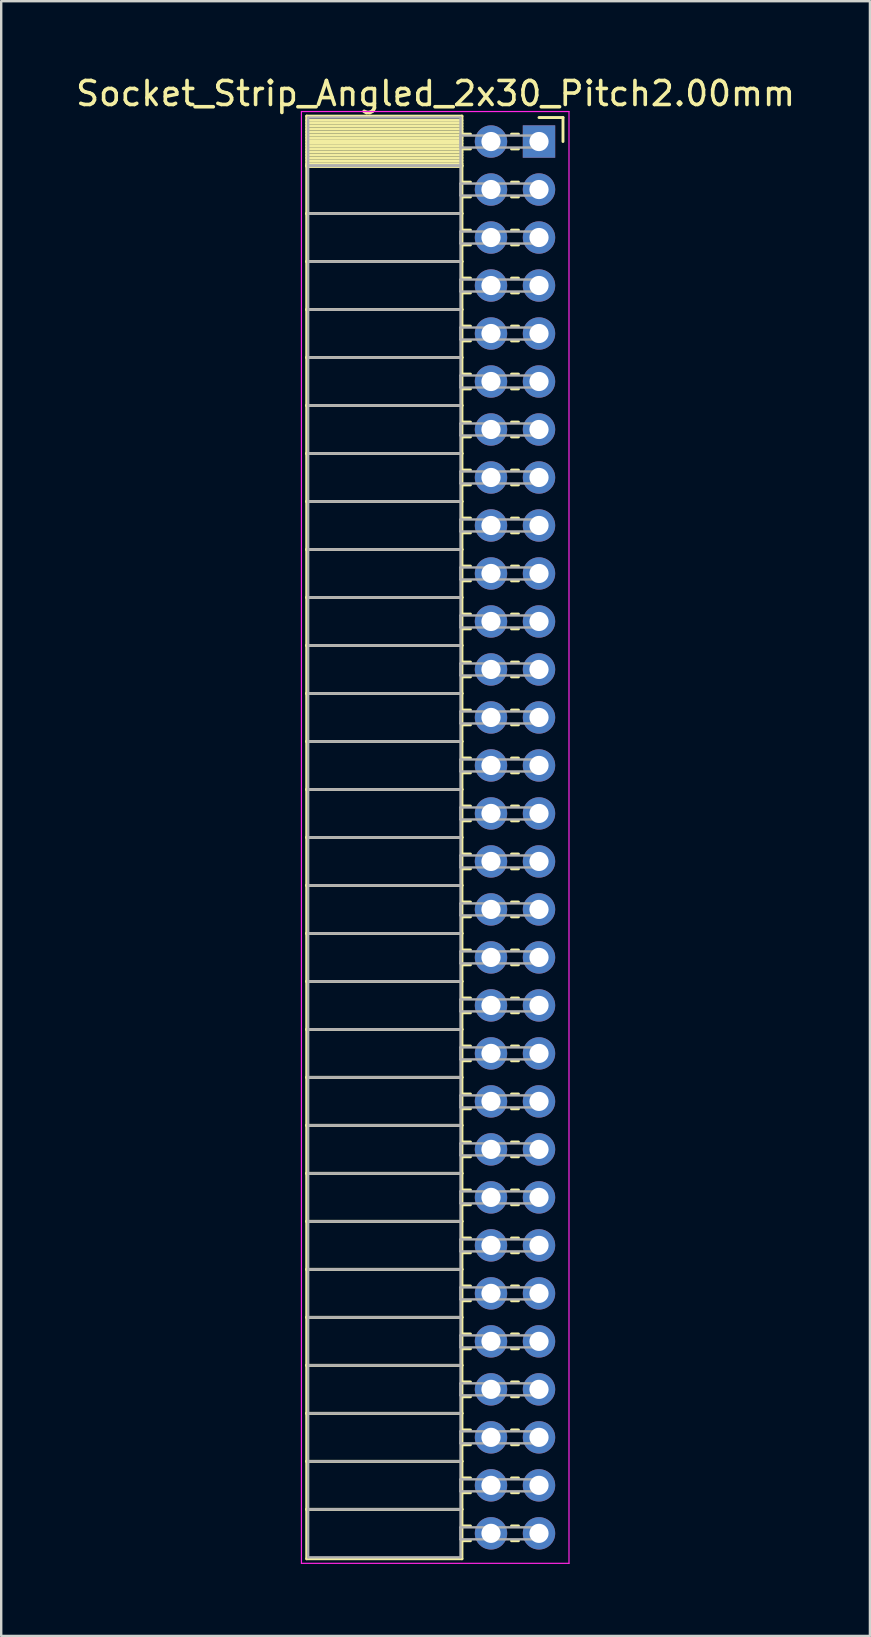
<source format=kicad_pcb>
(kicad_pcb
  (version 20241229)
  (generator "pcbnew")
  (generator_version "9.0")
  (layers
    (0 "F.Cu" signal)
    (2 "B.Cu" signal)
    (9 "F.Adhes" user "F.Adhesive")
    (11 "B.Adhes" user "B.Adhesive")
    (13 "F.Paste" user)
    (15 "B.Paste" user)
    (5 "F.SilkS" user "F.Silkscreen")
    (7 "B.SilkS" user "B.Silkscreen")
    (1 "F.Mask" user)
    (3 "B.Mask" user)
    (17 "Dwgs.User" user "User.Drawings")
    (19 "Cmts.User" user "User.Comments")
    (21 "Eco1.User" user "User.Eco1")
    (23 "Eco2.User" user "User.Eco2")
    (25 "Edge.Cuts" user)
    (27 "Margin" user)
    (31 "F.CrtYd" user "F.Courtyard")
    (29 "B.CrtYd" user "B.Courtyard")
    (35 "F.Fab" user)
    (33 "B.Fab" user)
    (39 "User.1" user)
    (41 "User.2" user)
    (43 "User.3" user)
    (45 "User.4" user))
  (footprint "Socket_Strip_Angled_2x30_Pitch2.00mm"
    (layer "F.Cu")
    (at 19.411 2.848)
    (property "Reference" "Socket_Strip_Angled_2x30_Pitch2.00mm" (at -4.31 -2 0) (layer "F.SilkS") (effects (font (size 1 1) (thickness 0.15))))
    (attr through_hole)
    (fp_line (start -9.68 -1.06) (end -3.21 -1.06) (stroke (width 0.12) (type solid)) (layer "F.SilkS"))
    (fp_line (start -9.68 1) (end -9.68 -1.06) (stroke (width 0.12) (type solid)) (layer "F.SilkS"))
    (fp_line (start -9.68 1) (end -3.21 1) (stroke (width 0.12) (type solid)) (layer "F.SilkS"))
    (fp_line (start -9.68 3) (end -9.68 1) (stroke (width 0.12) (type solid)) (layer "F.SilkS"))
    (fp_line (start -9.68 3) (end -3.21 3) (stroke (width 0.12) (type solid)) (layer "F.SilkS"))
    (fp_line (start -9.68 5) (end -9.68 3) (stroke (width 0.12) (type solid)) (layer "F.SilkS"))
    (fp_line (start -9.68 5) (end -3.21 5) (stroke (width 0.12) (type solid)) (layer "F.SilkS"))
    (fp_line (start -9.68 7) (end -9.68 5) (stroke (width 0.12) (type solid)) (layer "F.SilkS"))
    (fp_line (start -9.68 7) (end -3.21 7) (stroke (width 0.12) (type solid)) (layer "F.SilkS"))
    (fp_line (start -9.68 9) (end -9.68 7) (stroke (width 0.12) (type solid)) (layer "F.SilkS"))
    (fp_line (start -9.68 9) (end -3.21 9) (stroke (width 0.12) (type solid)) (layer "F.SilkS"))
    (fp_line (start -9.68 11) (end -9.68 9) (stroke (width 0.12) (type solid)) (layer "F.SilkS"))
    (fp_line (start -9.68 11) (end -3.21 11) (stroke (width 0.12) (type solid)) (layer "F.SilkS"))
    (fp_line (start -9.68 13) (end -9.68 11) (stroke (width 0.12) (type solid)) (layer "F.SilkS"))
    (fp_line (start -9.68 13) (end -3.21 13) (stroke (width 0.12) (type solid)) (layer "F.SilkS"))
    (fp_line (start -9.68 15) (end -9.68 13) (stroke (width 0.12) (type solid)) (layer "F.SilkS"))
    (fp_line (start -9.68 15) (end -3.21 15) (stroke (width 0.12) (type solid)) (layer "F.SilkS"))
    (fp_line (start -9.68 17) (end -9.68 15) (stroke (width 0.12) (type solid)) (layer "F.SilkS"))
    (fp_line (start -9.68 17) (end -3.21 17) (stroke (width 0.12) (type solid)) (layer "F.SilkS"))
    (fp_line (start -9.68 19) (end -9.68 17) (stroke (width 0.12) (type solid)) (layer "F.SilkS"))
    (fp_line (start -9.68 19) (end -3.21 19) (stroke (width 0.12) (type solid)) (layer "F.SilkS"))
    (fp_line (start -9.68 21) (end -9.68 19) (stroke (width 0.12) (type solid)) (layer "F.SilkS"))
    (fp_line (start -9.68 21) (end -3.21 21) (stroke (width 0.12) (type solid)) (layer "F.SilkS"))
    (fp_line (start -9.68 23) (end -9.68 21) (stroke (width 0.12) (type solid)) (layer "F.SilkS"))
    (fp_line (start -9.68 23) (end -3.21 23) (stroke (width 0.12) (type solid)) (layer "F.SilkS"))
    (fp_line (start -9.68 25) (end -9.68 23) (stroke (width 0.12) (type solid)) (layer "F.SilkS"))
    (fp_line (start -9.68 25) (end -3.21 25) (stroke (width 0.12) (type solid)) (layer "F.SilkS"))
    (fp_line (start -9.68 27) (end -9.68 25) (stroke (width 0.12) (type solid)) (layer "F.SilkS"))
    (fp_line (start -9.68 27) (end -3.21 27) (stroke (width 0.12) (type solid)) (layer "F.SilkS"))
    (fp_line (start -9.68 29) (end -9.68 27) (stroke (width 0.12) (type solid)) (layer "F.SilkS"))
    (fp_line (start -9.68 29) (end -3.21 29) (stroke (width 0.12) (type solid)) (layer "F.SilkS"))
    (fp_line (start -9.68 31) (end -9.68 29) (stroke (width 0.12) (type solid)) (layer "F.SilkS"))
    (fp_line (start -9.68 31) (end -3.21 31) (stroke (width 0.12) (type solid)) (layer "F.SilkS"))
    (fp_line (start -9.68 33) (end -9.68 31) (stroke (width 0.12) (type solid)) (layer "F.SilkS"))
    (fp_line (start -9.68 33) (end -3.21 33) (stroke (width 0.12) (type solid)) (layer "F.SilkS"))
    (fp_line (start -9.68 35) (end -9.68 33) (stroke (width 0.12) (type solid)) (layer "F.SilkS"))
    (fp_line (start -9.68 35) (end -3.21 35) (stroke (width 0.12) (type solid)) (layer "F.SilkS"))
    (fp_line (start -9.68 37) (end -9.68 35) (stroke (width 0.12) (type solid)) (layer "F.SilkS"))
    (fp_line (start -9.68 37) (end -3.21 37) (stroke (width 0.12) (type solid)) (layer "F.SilkS"))
    (fp_line (start -9.68 39) (end -9.68 37) (stroke (width 0.12) (type solid)) (layer "F.SilkS"))
    (fp_line (start -9.68 39) (end -3.21 39) (stroke (width 0.12) (type solid)) (layer "F.SilkS"))
    (fp_line (start -9.68 41) (end -9.68 39) (stroke (width 0.12) (type solid)) (layer "F.SilkS"))
    (fp_line (start -9.68 41) (end -3.21 41) (stroke (width 0.12) (type solid)) (layer "F.SilkS"))
    (fp_line (start -9.68 43) (end -9.68 41) (stroke (width 0.12) (type solid)) (layer "F.SilkS"))
    (fp_line (start -9.68 43) (end -3.21 43) (stroke (width 0.12) (type solid)) (layer "F.SilkS"))
    (fp_line (start -9.68 45) (end -9.68 43) (stroke (width 0.12) (type solid)) (layer "F.SilkS"))
    (fp_line (start -9.68 45) (end -3.21 45) (stroke (width 0.12) (type solid)) (layer "F.SilkS"))
    (fp_line (start -9.68 47) (end -9.68 45) (stroke (width 0.12) (type solid)) (layer "F.SilkS"))
    (fp_line (start -9.68 47) (end -3.21 47) (stroke (width 0.12) (type solid)) (layer "F.SilkS"))
    (fp_line (start -9.68 49) (end -9.68 47) (stroke (width 0.12) (type solid)) (layer "F.SilkS"))
    (fp_line (start -9.68 49) (end -3.21 49) (stroke (width 0.12) (type solid)) (layer "F.SilkS"))
    (fp_line (start -9.68 51) (end -9.68 49) (stroke (width 0.12) (type solid)) (layer "F.SilkS"))
    (fp_line (start -9.68 51) (end -3.21 51) (stroke (width 0.12) (type solid)) (layer "F.SilkS"))
    (fp_line (start -9.68 53) (end -9.68 51) (stroke (width 0.12) (type solid)) (layer "F.SilkS"))
    (fp_line (start -9.68 53) (end -3.21 53) (stroke (width 0.12) (type solid)) (layer "F.SilkS"))
    (fp_line (start -9.68 55) (end -9.68 53) (stroke (width 0.12) (type solid)) (layer "F.SilkS"))
    (fp_line (start -9.68 55) (end -3.21 55) (stroke (width 0.12) (type solid)) (layer "F.SilkS"))
    (fp_line (start -9.68 57) (end -9.68 55) (stroke (width 0.12) (type solid)) (layer "F.SilkS"))
    (fp_line (start -9.68 57) (end -3.21 57) (stroke (width 0.12) (type solid)) (layer "F.SilkS"))
    (fp_line (start -9.68 59.06) (end -9.68 57) (stroke (width 0.12) (type solid)) (layer "F.SilkS"))
    (fp_line (start -3.21 -1.06) (end -3.21 1) (stroke (width 0.12) (type solid)) (layer "F.SilkS"))
    (fp_line (start -3.21 -0.88) (end -9.68 -0.88) (stroke (width 0.12) (type solid)) (layer "F.SilkS"))
    (fp_line (start -3.21 -0.76) (end -9.68 -0.76) (stroke (width 0.12) (type solid)) (layer "F.SilkS"))
    (fp_line (start -3.21 -0.64) (end -9.68 -0.64) (stroke (width 0.12) (type solid)) (layer "F.SilkS"))
    (fp_line (start -3.21 -0.52) (end -9.68 -0.52) (stroke (width 0.12) (type solid)) (layer "F.SilkS"))
    (fp_line (start -3.21 -0.4) (end -9.68 -0.4) (stroke (width 0.12) (type solid)) (layer "F.SilkS"))
    (fp_line (start -3.21 -0.28) (end -9.68 -0.28) (stroke (width 0.12) (type solid)) (layer "F.SilkS"))
    (fp_line (start -3.21 -0.16) (end -9.68 -0.16) (stroke (width 0.12) (type solid)) (layer "F.SilkS"))
    (fp_line (start -3.21 -0.04) (end -9.68 -0.04) (stroke (width 0.12) (type solid)) (layer "F.SilkS"))
    (fp_line (start -3.21 0.08) (end -9.68 0.08) (stroke (width 0.12) (type solid)) (layer "F.SilkS"))
    (fp_line (start -3.21 0.2) (end -9.68 0.2) (stroke (width 0.12) (type solid)) (layer "F.SilkS"))
    (fp_line (start -3.21 0.32) (end -9.68 0.32) (stroke (width 0.12) (type solid)) (layer "F.SilkS"))
    (fp_line (start -3.21 0.44) (end -9.68 0.44) (stroke (width 0.12) (type solid)) (layer "F.SilkS"))
    (fp_line (start -3.21 0.56) (end -9.68 0.56) (stroke (width 0.12) (type solid)) (layer "F.SilkS"))
    (fp_line (start -3.21 0.68) (end -9.68 0.68) (stroke (width 0.12) (type solid)) (layer "F.SilkS"))
    (fp_line (start -3.21 0.8) (end -9.68 0.8) (stroke (width 0.12) (type solid)) (layer "F.SilkS"))
    (fp_line (start -3.21 0.92) (end -9.68 0.92) (stroke (width 0.12) (type solid)) (layer "F.SilkS"))
    (fp_line (start -3.21 1) (end -9.68 1) (stroke (width 0.12) (type solid)) (layer "F.SilkS"))
    (fp_line (start -3.21 1) (end -3.21 3) (stroke (width 0.12) (type solid)) (layer "F.SilkS"))
    (fp_line (start -3.21 1.04) (end -9.68 1.04) (stroke (width 0.12) (type solid)) (layer "F.SilkS"))
    (fp_line (start -3.21 3) (end -9.68 3) (stroke (width 0.12) (type solid)) (layer "F.SilkS"))
    (fp_line (start -3.21 3) (end -3.21 5) (stroke (width 0.12) (type solid)) (layer "F.SilkS"))
    (fp_line (start -3.21 5) (end -9.68 5) (stroke (width 0.12) (type solid)) (layer "F.SilkS"))
    (fp_line (start -3.21 5) (end -3.21 7) (stroke (width 0.12) (type solid)) (layer "F.SilkS"))
    (fp_line (start -3.21 7) (end -9.68 7) (stroke (width 0.12) (type solid)) (layer "F.SilkS"))
    (fp_line (start -3.21 7) (end -3.21 9) (stroke (width 0.12) (type solid)) (layer "F.SilkS"))
    (fp_line (start -3.21 9) (end -9.68 9) (stroke (width 0.12) (type solid)) (layer "F.SilkS"))
    (fp_line (start -3.21 9) (end -3.21 11) (stroke (width 0.12) (type solid)) (layer "F.SilkS"))
    (fp_line (start -3.21 11) (end -9.68 11) (stroke (width 0.12) (type solid)) (layer "F.SilkS"))
    (fp_line (start -3.21 11) (end -3.21 13) (stroke (width 0.12) (type solid)) (layer "F.SilkS"))
    (fp_line (start -3.21 13) (end -9.68 13) (stroke (width 0.12) (type solid)) (layer "F.SilkS"))
    (fp_line (start -3.21 13) (end -3.21 15) (stroke (width 0.12) (type solid)) (layer "F.SilkS"))
    (fp_line (start -3.21 15) (end -9.68 15) (stroke (width 0.12) (type solid)) (layer "F.SilkS"))
    (fp_line (start -3.21 15) (end -3.21 17) (stroke (width 0.12) (type solid)) (layer "F.SilkS"))
    (fp_line (start -3.21 17) (end -9.68 17) (stroke (width 0.12) (type solid)) (layer "F.SilkS"))
    (fp_line (start -3.21 17) (end -3.21 19) (stroke (width 0.12) (type solid)) (layer "F.SilkS"))
    (fp_line (start -3.21 19) (end -9.68 19) (stroke (width 0.12) (type solid)) (layer "F.SilkS"))
    (fp_line (start -3.21 19) (end -3.21 21) (stroke (width 0.12) (type solid)) (layer "F.SilkS"))
    (fp_line (start -3.21 21) (end -9.68 21) (stroke (width 0.12) (type solid)) (layer "F.SilkS"))
    (fp_line (start -3.21 21) (end -3.21 23) (stroke (width 0.12) (type solid)) (layer "F.SilkS"))
    (fp_line (start -3.21 23) (end -9.68 23) (stroke (width 0.12) (type solid)) (layer "F.SilkS"))
    (fp_line (start -3.21 23) (end -3.21 25) (stroke (width 0.12) (type solid)) (layer "F.SilkS"))
    (fp_line (start -3.21 25) (end -9.68 25) (stroke (width 0.12) (type solid)) (layer "F.SilkS"))
    (fp_line (start -3.21 25) (end -3.21 27) (stroke (width 0.12) (type solid)) (layer "F.SilkS"))
    (fp_line (start -3.21 27) (end -9.68 27) (stroke (width 0.12) (type solid)) (layer "F.SilkS"))
    (fp_line (start -3.21 27) (end -3.21 29) (stroke (width 0.12) (type solid)) (layer "F.SilkS"))
    (fp_line (start -3.21 29) (end -9.68 29) (stroke (width 0.12) (type solid)) (layer "F.SilkS"))
    (fp_line (start -3.21 29) (end -3.21 31) (stroke (width 0.12) (type solid)) (layer "F.SilkS"))
    (fp_line (start -3.21 31) (end -9.68 31) (stroke (width 0.12) (type solid)) (layer "F.SilkS"))
    (fp_line (start -3.21 31) (end -3.21 33) (stroke (width 0.12) (type solid)) (layer "F.SilkS"))
    (fp_line (start -3.21 33) (end -9.68 33) (stroke (width 0.12) (type solid)) (layer "F.SilkS"))
    (fp_line (start -3.21 33) (end -3.21 35) (stroke (width 0.12) (type solid)) (layer "F.SilkS"))
    (fp_line (start -3.21 35) (end -9.68 35) (stroke (width 0.12) (type solid)) (layer "F.SilkS"))
    (fp_line (start -3.21 35) (end -3.21 37) (stroke (width 0.12) (type solid)) (layer "F.SilkS"))
    (fp_line (start -3.21 37) (end -9.68 37) (stroke (width 0.12) (type solid)) (layer "F.SilkS"))
    (fp_line (start -3.21 37) (end -3.21 39) (stroke (width 0.12) (type solid)) (layer "F.SilkS"))
    (fp_line (start -3.21 39) (end -9.68 39) (stroke (width 0.12) (type solid)) (layer "F.SilkS"))
    (fp_line (start -3.21 39) (end -3.21 41) (stroke (width 0.12) (type solid)) (layer "F.SilkS"))
    (fp_line (start -3.21 41) (end -9.68 41) (stroke (width 0.12) (type solid)) (layer "F.SilkS"))
    (fp_line (start -3.21 41) (end -3.21 43) (stroke (width 0.12) (type solid)) (layer "F.SilkS"))
    (fp_line (start -3.21 43) (end -9.68 43) (stroke (width 0.12) (type solid)) (layer "F.SilkS"))
    (fp_line (start -3.21 43) (end -3.21 45) (stroke (width 0.12) (type solid)) (layer "F.SilkS"))
    (fp_line (start -3.21 45) (end -9.68 45) (stroke (width 0.12) (type solid)) (layer "F.SilkS"))
    (fp_line (start -3.21 45) (end -3.21 47) (stroke (width 0.12) (type solid)) (layer "F.SilkS"))
    (fp_line (start -3.21 47) (end -9.68 47) (stroke (width 0.12) (type solid)) (layer "F.SilkS"))
    (fp_line (start -3.21 47) (end -3.21 49) (stroke (width 0.12) (type solid)) (layer "F.SilkS"))
    (fp_line (start -3.21 49) (end -9.68 49) (stroke (width 0.12) (type solid)) (layer "F.SilkS"))
    (fp_line (start -3.21 49) (end -3.21 51) (stroke (width 0.12) (type solid)) (layer "F.SilkS"))
    (fp_line (start -3.21 51) (end -9.68 51) (stroke (width 0.12) (type solid)) (layer "F.SilkS"))
    (fp_line (start -3.21 51) (end -3.21 53) (stroke (width 0.12) (type solid)) (layer "F.SilkS"))
    (fp_line (start -3.21 53) (end -9.68 53) (stroke (width 0.12) (type solid)) (layer "F.SilkS"))
    (fp_line (start -3.21 53) (end -3.21 55) (stroke (width 0.12) (type solid)) (layer "F.SilkS"))
    (fp_line (start -3.21 55) (end -9.68 55) (stroke (width 0.12) (type solid)) (layer "F.SilkS"))
    (fp_line (start -3.21 55) (end -3.21 57) (stroke (width 0.12) (type solid)) (layer "F.SilkS"))
    (fp_line (start -3.21 57) (end -9.68 57) (stroke (width 0.12) (type solid)) (layer "F.SilkS"))
    (fp_line (start -3.21 57) (end -3.21 59.06) (stroke (width 0.12) (type solid)) (layer "F.SilkS"))
    (fp_line (start -3.21 59.06) (end -9.68 59.06) (stroke (width 0.12) (type solid)) (layer "F.SilkS"))
    (fp_line (start -2.855 -0.31) (end -3.21 -0.31) (stroke (width 0.12) (type solid)) (layer "F.SilkS"))
    (fp_line (start -2.855 0.31) (end -3.21 0.31) (stroke (width 0.12) (type solid)) (layer "F.SilkS"))
    (fp_line (start -2.855 1.69) (end -3.21 1.69) (stroke (width 0.12) (type solid)) (layer "F.SilkS"))
    (fp_line (start -2.855 2.31) (end -3.21 2.31) (stroke (width 0.12) (type solid)) (layer "F.SilkS"))
    (fp_line (start -2.855 3.69) (end -3.21 3.69) (stroke (width 0.12) (type solid)) (layer "F.SilkS"))
    (fp_line (start -2.855 4.31) (end -3.21 4.31) (stroke (width 0.12) (type solid)) (layer "F.SilkS"))
    (fp_line (start -2.855 5.69) (end -3.21 5.69) (stroke (width 0.12) (type solid)) (layer "F.SilkS"))
    (fp_line (start -2.855 6.31) (end -3.21 6.31) (stroke (width 0.12) (type solid)) (layer "F.SilkS"))
    (fp_line (start -2.855 7.69) (end -3.21 7.69) (stroke (width 0.12) (type solid)) (layer "F.SilkS"))
    (fp_line (start -2.855 8.31) (end -3.21 8.31) (stroke (width 0.12) (type solid)) (layer "F.SilkS"))
    (fp_line (start -2.855 9.69) (end -3.21 9.69) (stroke (width 0.12) (type solid)) (layer "F.SilkS"))
    (fp_line (start -2.855 10.31) (end -3.21 10.31) (stroke (width 0.12) (type solid)) (layer "F.SilkS"))
    (fp_line (start -2.855 11.69) (end -3.21 11.69) (stroke (width 0.12) (type solid)) (layer "F.SilkS"))
    (fp_line (start -2.855 12.31) (end -3.21 12.31) (stroke (width 0.12) (type solid)) (layer "F.SilkS"))
    (fp_line (start -2.855 13.69) (end -3.21 13.69) (stroke (width 0.12) (type solid)) (layer "F.SilkS"))
    (fp_line (start -2.855 14.31) (end -3.21 14.31) (stroke (width 0.12) (type solid)) (layer "F.SilkS"))
    (fp_line (start -2.855 15.69) (end -3.21 15.69) (stroke (width 0.12) (type solid)) (layer "F.SilkS"))
    (fp_line (start -2.855 16.31) (end -3.21 16.31) (stroke (width 0.12) (type solid)) (layer "F.SilkS"))
    (fp_line (start -2.855 17.69) (end -3.21 17.69) (stroke (width 0.12) (type solid)) (layer "F.SilkS"))
    (fp_line (start -2.855 18.31) (end -3.21 18.31) (stroke (width 0.12) (type solid)) (layer "F.SilkS"))
    (fp_line (start -2.855 19.69) (end -3.21 19.69) (stroke (width 0.12) (type solid)) (layer "F.SilkS"))
    (fp_line (start -2.855 20.31) (end -3.21 20.31) (stroke (width 0.12) (type solid)) (layer "F.SilkS"))
    (fp_line (start -2.855 21.69) (end -3.21 21.69) (stroke (width 0.12) (type solid)) (layer "F.SilkS"))
    (fp_line (start -2.855 22.31) (end -3.21 22.31) (stroke (width 0.12) (type solid)) (layer "F.SilkS"))
    (fp_line (start -2.855 23.69) (end -3.21 23.69) (stroke (width 0.12) (type solid)) (layer "F.SilkS"))
    (fp_line (start -2.855 24.31) (end -3.21 24.31) (stroke (width 0.12) (type solid)) (layer "F.SilkS"))
    (fp_line (start -2.855 25.69) (end -3.21 25.69) (stroke (width 0.12) (type solid)) (layer "F.SilkS"))
    (fp_line (start -2.855 26.31) (end -3.21 26.31) (stroke (width 0.12) (type solid)) (layer "F.SilkS"))
    (fp_line (start -2.855 27.69) (end -3.21 27.69) (stroke (width 0.12) (type solid)) (layer "F.SilkS"))
    (fp_line (start -2.855 28.31) (end -3.21 28.31) (stroke (width 0.12) (type solid)) (layer "F.SilkS"))
    (fp_line (start -2.855 29.69) (end -3.21 29.69) (stroke (width 0.12) (type solid)) (layer "F.SilkS"))
    (fp_line (start -2.855 30.31) (end -3.21 30.31) (stroke (width 0.12) (type solid)) (layer "F.SilkS"))
    (fp_line (start -2.855 31.69) (end -3.21 31.69) (stroke (width 0.12) (type solid)) (layer "F.SilkS"))
    (fp_line (start -2.855 32.31) (end -3.21 32.31) (stroke (width 0.12) (type solid)) (layer "F.SilkS"))
    (fp_line (start -2.855 33.69) (end -3.21 33.69) (stroke (width 0.12) (type solid)) (layer "F.SilkS"))
    (fp_line (start -2.855 34.31) (end -3.21 34.31) (stroke (width 0.12) (type solid)) (layer "F.SilkS"))
    (fp_line (start -2.855 35.69) (end -3.21 35.69) (stroke (width 0.12) (type solid)) (layer "F.SilkS"))
    (fp_line (start -2.855 36.31) (end -3.21 36.31) (stroke (width 0.12) (type solid)) (layer "F.SilkS"))
    (fp_line (start -2.855 37.69) (end -3.21 37.69) (stroke (width 0.12) (type solid)) (layer "F.SilkS"))
    (fp_line (start -2.855 38.31) (end -3.21 38.31) (stroke (width 0.12) (type solid)) (layer "F.SilkS"))
    (fp_line (start -2.855 39.69) (end -3.21 39.69) (stroke (width 0.12) (type solid)) (layer "F.SilkS"))
    (fp_line (start -2.855 40.31) (end -3.21 40.31) (stroke (width 0.12) (type solid)) (layer "F.SilkS"))
    (fp_line (start -2.855 41.69) (end -3.21 41.69) (stroke (width 0.12) (type solid)) (layer "F.SilkS"))
    (fp_line (start -2.855 42.31) (end -3.21 42.31) (stroke (width 0.12) (type solid)) (layer "F.SilkS"))
    (fp_line (start -2.855 43.69) (end -3.21 43.69) (stroke (width 0.12) (type solid)) (layer "F.SilkS"))
    (fp_line (start -2.855 44.31) (end -3.21 44.31) (stroke (width 0.12) (type solid)) (layer "F.SilkS"))
    (fp_line (start -2.855 45.69) (end -3.21 45.69) (stroke (width 0.12) (type solid)) (layer "F.SilkS"))
    (fp_line (start -2.855 46.31) (end -3.21 46.31) (stroke (width 0.12) (type solid)) (layer "F.SilkS"))
    (fp_line (start -2.855 47.69) (end -3.21 47.69) (stroke (width 0.12) (type solid)) (layer "F.SilkS"))
    (fp_line (start -2.855 48.31) (end -3.21 48.31) (stroke (width 0.12) (type solid)) (layer "F.SilkS"))
    (fp_line (start -2.855 49.69) (end -3.21 49.69) (stroke (width 0.12) (type solid)) (layer "F.SilkS"))
    (fp_line (start -2.855 50.31) (end -3.21 50.31) (stroke (width 0.12) (type solid)) (layer "F.SilkS"))
    (fp_line (start -2.855 51.69) (end -3.21 51.69) (stroke (width 0.12) (type solid)) (layer "F.SilkS"))
    (fp_line (start -2.855 52.31) (end -3.21 52.31) (stroke (width 0.12) (type solid)) (layer "F.SilkS"))
    (fp_line (start -2.855 53.69) (end -3.21 53.69) (stroke (width 0.12) (type solid)) (layer "F.SilkS"))
    (fp_line (start -2.855 54.31) (end -3.21 54.31) (stroke (width 0.12) (type solid)) (layer "F.SilkS"))
    (fp_line (start -2.855 55.69) (end -3.21 55.69) (stroke (width 0.12) (type solid)) (layer "F.SilkS"))
    (fp_line (start -2.855 56.31) (end -3.21 56.31) (stroke (width 0.12) (type solid)) (layer "F.SilkS"))
    (fp_line (start -2.855 57.69) (end -3.21 57.69) (stroke (width 0.12) (type solid)) (layer "F.SilkS"))
    (fp_line (start -2.855 58.31) (end -3.21 58.31) (stroke (width 0.12) (type solid)) (layer "F.SilkS"))
    (fp_line (start -0.855 -0.31) (end -1.145 -0.31) (stroke (width 0.12) (type solid)) (layer "F.SilkS"))
    (fp_line (start -0.855 0.31) (end -1.145 0.31) (stroke (width 0.12) (type solid)) (layer "F.SilkS"))
    (fp_line (start -0.855 1.69) (end -1.145 1.69) (stroke (width 0.12) (type solid)) (layer "F.SilkS"))
    (fp_line (start -0.855 2.31) (end -1.145 2.31) (stroke (width 0.12) (type solid)) (layer "F.SilkS"))
    (fp_line (start -0.855 3.69) (end -1.145 3.69) (stroke (width 0.12) (type solid)) (layer "F.SilkS"))
    (fp_line (start -0.855 4.31) (end -1.145 4.31) (stroke (width 0.12) (type solid)) (layer "F.SilkS"))
    (fp_line (start -0.855 5.69) (end -1.145 5.69) (stroke (width 0.12) (type solid)) (layer "F.SilkS"))
    (fp_line (start -0.855 6.31) (end -1.145 6.31) (stroke (width 0.12) (type solid)) (layer "F.SilkS"))
    (fp_line (start -0.855 7.69) (end -1.145 7.69) (stroke (width 0.12) (type solid)) (layer "F.SilkS"))
    (fp_line (start -0.855 8.31) (end -1.145 8.31) (stroke (width 0.12) (type solid)) (layer "F.SilkS"))
    (fp_line (start -0.855 9.69) (end -1.145 9.69) (stroke (width 0.12) (type solid)) (layer "F.SilkS"))
    (fp_line (start -0.855 10.31) (end -1.145 10.31) (stroke (width 0.12) (type solid)) (layer "F.SilkS"))
    (fp_line (start -0.855 11.69) (end -1.145 11.69) (stroke (width 0.12) (type solid)) (layer "F.SilkS"))
    (fp_line (start -0.855 12.31) (end -1.145 12.31) (stroke (width 0.12) (type solid)) (layer "F.SilkS"))
    (fp_line (start -0.855 13.69) (end -1.145 13.69) (stroke (width 0.12) (type solid)) (layer "F.SilkS"))
    (fp_line (start -0.855 14.31) (end -1.145 14.31) (stroke (width 0.12) (type solid)) (layer "F.SilkS"))
    (fp_line (start -0.855 15.69) (end -1.145 15.69) (stroke (width 0.12) (type solid)) (layer "F.SilkS"))
    (fp_line (start -0.855 16.31) (end -1.145 16.31) (stroke (width 0.12) (type solid)) (layer "F.SilkS"))
    (fp_line (start -0.855 17.69) (end -1.145 17.69) (stroke (width 0.12) (type solid)) (layer "F.SilkS"))
    (fp_line (start -0.855 18.31) (end -1.145 18.31) (stroke (width 0.12) (type solid)) (layer "F.SilkS"))
    (fp_line (start -0.855 19.69) (end -1.145 19.69) (stroke (width 0.12) (type solid)) (layer "F.SilkS"))
    (fp_line (start -0.855 20.31) (end -1.145 20.31) (stroke (width 0.12) (type solid)) (layer "F.SilkS"))
    (fp_line (start -0.855 21.69) (end -1.145 21.69) (stroke (width 0.12) (type solid)) (layer "F.SilkS"))
    (fp_line (start -0.855 22.31) (end -1.145 22.31) (stroke (width 0.12) (type solid)) (layer "F.SilkS"))
    (fp_line (start -0.855 23.69) (end -1.145 23.69) (stroke (width 0.12) (type solid)) (layer "F.SilkS"))
    (fp_line (start -0.855 24.31) (end -1.145 24.31) (stroke (width 0.12) (type solid)) (layer "F.SilkS"))
    (fp_line (start -0.855 25.69) (end -1.145 25.69) (stroke (width 0.12) (type solid)) (layer "F.SilkS"))
    (fp_line (start -0.855 26.31) (end -1.145 26.31) (stroke (width 0.12) (type solid)) (layer "F.SilkS"))
    (fp_line (start -0.855 27.69) (end -1.145 27.69) (stroke (width 0.12) (type solid)) (layer "F.SilkS"))
    (fp_line (start -0.855 28.31) (end -1.145 28.31) (stroke (width 0.12) (type solid)) (layer "F.SilkS"))
    (fp_line (start -0.855 29.69) (end -1.145 29.69) (stroke (width 0.12) (type solid)) (layer "F.SilkS"))
    (fp_line (start -0.855 30.31) (end -1.145 30.31) (stroke (width 0.12) (type solid)) (layer "F.SilkS"))
    (fp_line (start -0.855 31.69) (end -1.145 31.69) (stroke (width 0.12) (type solid)) (layer "F.SilkS"))
    (fp_line (start -0.855 32.31) (end -1.145 32.31) (stroke (width 0.12) (type solid)) (layer "F.SilkS"))
    (fp_line (start -0.855 33.69) (end -1.145 33.69) (stroke (width 0.12) (type solid)) (layer "F.SilkS"))
    (fp_line (start -0.855 34.31) (end -1.145 34.31) (stroke (width 0.12) (type solid)) (layer "F.SilkS"))
    (fp_line (start -0.855 35.69) (end -1.145 35.69) (stroke (width 0.12) (type solid)) (layer "F.SilkS"))
    (fp_line (start -0.855 36.31) (end -1.145 36.31) (stroke (width 0.12) (type solid)) (layer "F.SilkS"))
    (fp_line (start -0.855 37.69) (end -1.145 37.69) (stroke (width 0.12) (type solid)) (layer "F.SilkS"))
    (fp_line (start -0.855 38.31) (end -1.145 38.31) (stroke (width 0.12) (type solid)) (layer "F.SilkS"))
    (fp_line (start -0.855 39.69) (end -1.145 39.69) (stroke (width 0.12) (type solid)) (layer "F.SilkS"))
    (fp_line (start -0.855 40.31) (end -1.145 40.31) (stroke (width 0.12) (type solid)) (layer "F.SilkS"))
    (fp_line (start -0.855 41.69) (end -1.145 41.69) (stroke (width 0.12) (type solid)) (layer "F.SilkS"))
    (fp_line (start -0.855 42.31) (end -1.145 42.31) (stroke (width 0.12) (type solid)) (layer "F.SilkS"))
    (fp_line (start -0.855 43.69) (end -1.145 43.69) (stroke (width 0.12) (type solid)) (layer "F.SilkS"))
    (fp_line (start -0.855 44.31) (end -1.145 44.31) (stroke (width 0.12) (type solid)) (layer "F.SilkS"))
    (fp_line (start -0.855 45.69) (end -1.145 45.69) (stroke (width 0.12) (type solid)) (layer "F.SilkS"))
    (fp_line (start -0.855 46.31) (end -1.145 46.31) (stroke (width 0.12) (type solid)) (layer "F.SilkS"))
    (fp_line (start -0.855 47.69) (end -1.145 47.69) (stroke (width 0.12) (type solid)) (layer "F.SilkS"))
    (fp_line (start -0.855 48.31) (end -1.145 48.31) (stroke (width 0.12) (type solid)) (layer "F.SilkS"))
    (fp_line (start -0.855 49.69) (end -1.145 49.69) (stroke (width 0.12) (type solid)) (layer "F.SilkS"))
    (fp_line (start -0.855 50.31) (end -1.145 50.31) (stroke (width 0.12) (type solid)) (layer "F.SilkS"))
    (fp_line (start -0.855 51.69) (end -1.145 51.69) (stroke (width 0.12) (type solid)) (layer "F.SilkS"))
    (fp_line (start -0.855 52.31) (end -1.145 52.31) (stroke (width 0.12) (type solid)) (layer "F.SilkS"))
    (fp_line (start -0.855 53.69) (end -1.145 53.69) (stroke (width 0.12) (type solid)) (layer "F.SilkS"))
    (fp_line (start -0.855 54.31) (end -1.145 54.31) (stroke (width 0.12) (type solid)) (layer "F.SilkS"))
    (fp_line (start -0.855 55.69) (end -1.145 55.69) (stroke (width 0.12) (type solid)) (layer "F.SilkS"))
    (fp_line (start -0.855 56.31) (end -1.145 56.31) (stroke (width 0.12) (type solid)) (layer "F.SilkS"))
    (fp_line (start -0.855 57.69) (end -1.145 57.69) (stroke (width 0.12) (type solid)) (layer "F.SilkS"))
    (fp_line (start -0.855 58.31) (end -1.145 58.31) (stroke (width 0.12) (type solid)) (layer "F.SilkS"))
    (fp_line (start 0 -1) (end 1 -1) (stroke (width 0.12) (type solid)) (layer "F.SilkS"))
    (fp_line (start 1 -1) (end 1 0) (stroke (width 0.12) (type solid)) (layer "F.SilkS"))
    (fp_line (start -9.9 -1.25) (end 1.25 -1.25) (stroke (width 0.05) (type solid)) (layer "F.CrtYd"))
    (fp_line (start -9.9 59.25) (end -9.9 -1.25) (stroke (width 0.05) (type solid)) (layer "F.CrtYd"))
    (fp_line (start 1.25 -1.25) (end 1.25 59.25) (stroke (width 0.05) (type solid)) (layer "F.CrtYd"))
    (fp_line (start 1.25 59.25) (end -9.9 59.25) (stroke (width 0.05) (type solid)) (layer "F.CrtYd"))
    (fp_line (start -9.62 -1) (end -3.27 -1) (stroke (width 0.1) (type solid)) (layer "F.Fab"))
    (fp_line (start -9.62 1) (end -9.62 -1) (stroke (width 0.1) (type solid)) (layer "F.Fab"))
    (fp_line (start -9.62 1) (end -3.27 1) (stroke (width 0.1) (type solid)) (layer "F.Fab"))
    (fp_line (start -9.62 3) (end -9.62 1) (stroke (width 0.1) (type solid)) (layer "F.Fab"))
    (fp_line (start -9.62 3) (end -3.27 3) (stroke (width 0.1) (type solid)) (layer "F.Fab"))
    (fp_line (start -9.62 5) (end -9.62 3) (stroke (width 0.1) (type solid)) (layer "F.Fab"))
    (fp_line (start -9.62 5) (end -3.27 5) (stroke (width 0.1) (type solid)) (layer "F.Fab"))
    (fp_line (start -9.62 7) (end -9.62 5) (stroke (width 0.1) (type solid)) (layer "F.Fab"))
    (fp_line (start -9.62 7) (end -3.27 7) (stroke (width 0.1) (type solid)) (layer "F.Fab"))
    (fp_line (start -9.62 9) (end -9.62 7) (stroke (width 0.1) (type solid)) (layer "F.Fab"))
    (fp_line (start -9.62 9) (end -3.27 9) (stroke (width 0.1) (type solid)) (layer "F.Fab"))
    (fp_line (start -9.62 11) (end -9.62 9) (stroke (width 0.1) (type solid)) (layer "F.Fab"))
    (fp_line (start -9.62 11) (end -3.27 11) (stroke (width 0.1) (type solid)) (layer "F.Fab"))
    (fp_line (start -9.62 13) (end -9.62 11) (stroke (width 0.1) (type solid)) (layer "F.Fab"))
    (fp_line (start -9.62 13) (end -3.27 13) (stroke (width 0.1) (type solid)) (layer "F.Fab"))
    (fp_line (start -9.62 15) (end -9.62 13) (stroke (width 0.1) (type solid)) (layer "F.Fab"))
    (fp_line (start -9.62 15) (end -3.27 15) (stroke (width 0.1) (type solid)) (layer "F.Fab"))
    (fp_line (start -9.62 17) (end -9.62 15) (stroke (width 0.1) (type solid)) (layer "F.Fab"))
    (fp_line (start -9.62 17) (end -3.27 17) (stroke (width 0.1) (type solid)) (layer "F.Fab"))
    (fp_line (start -9.62 19) (end -9.62 17) (stroke (width 0.1) (type solid)) (layer "F.Fab"))
    (fp_line (start -9.62 19) (end -3.27 19) (stroke (width 0.1) (type solid)) (layer "F.Fab"))
    (fp_line (start -9.62 21) (end -9.62 19) (stroke (width 0.1) (type solid)) (layer "F.Fab"))
    (fp_line (start -9.62 21) (end -3.27 21) (stroke (width 0.1) (type solid)) (layer "F.Fab"))
    (fp_line (start -9.62 23) (end -9.62 21) (stroke (width 0.1) (type solid)) (layer "F.Fab"))
    (fp_line (start -9.62 23) (end -3.27 23) (stroke (width 0.1) (type solid)) (layer "F.Fab"))
    (fp_line (start -9.62 25) (end -9.62 23) (stroke (width 0.1) (type solid)) (layer "F.Fab"))
    (fp_line (start -9.62 25) (end -3.27 25) (stroke (width 0.1) (type solid)) (layer "F.Fab"))
    (fp_line (start -9.62 27) (end -9.62 25) (stroke (width 0.1) (type solid)) (layer "F.Fab"))
    (fp_line (start -9.62 27) (end -3.27 27) (stroke (width 0.1) (type solid)) (layer "F.Fab"))
    (fp_line (start -9.62 29) (end -9.62 27) (stroke (width 0.1) (type solid)) (layer "F.Fab"))
    (fp_line (start -9.62 29) (end -3.27 29) (stroke (width 0.1) (type solid)) (layer "F.Fab"))
    (fp_line (start -9.62 31) (end -9.62 29) (stroke (width 0.1) (type solid)) (layer "F.Fab"))
    (fp_line (start -9.62 31) (end -3.27 31) (stroke (width 0.1) (type solid)) (layer "F.Fab"))
    (fp_line (start -9.62 33) (end -9.62 31) (stroke (width 0.1) (type solid)) (layer "F.Fab"))
    (fp_line (start -9.62 33) (end -3.27 33) (stroke (width 0.1) (type solid)) (layer "F.Fab"))
    (fp_line (start -9.62 35) (end -9.62 33) (stroke (width 0.1) (type solid)) (layer "F.Fab"))
    (fp_line (start -9.62 35) (end -3.27 35) (stroke (width 0.1) (type solid)) (layer "F.Fab"))
    (fp_line (start -9.62 37) (end -9.62 35) (stroke (width 0.1) (type solid)) (layer "F.Fab"))
    (fp_line (start -9.62 37) (end -3.27 37) (stroke (width 0.1) (type solid)) (layer "F.Fab"))
    (fp_line (start -9.62 39) (end -9.62 37) (stroke (width 0.1) (type solid)) (layer "F.Fab"))
    (fp_line (start -9.62 39) (end -3.27 39) (stroke (width 0.1) (type solid)) (layer "F.Fab"))
    (fp_line (start -9.62 41) (end -9.62 39) (stroke (width 0.1) (type solid)) (layer "F.Fab"))
    (fp_line (start -9.62 41) (end -3.27 41) (stroke (width 0.1) (type solid)) (layer "F.Fab"))
    (fp_line (start -9.62 43) (end -9.62 41) (stroke (width 0.1) (type solid)) (layer "F.Fab"))
    (fp_line (start -9.62 43) (end -3.27 43) (stroke (width 0.1) (type solid)) (layer "F.Fab"))
    (fp_line (start -9.62 45) (end -9.62 43) (stroke (width 0.1) (type solid)) (layer "F.Fab"))
    (fp_line (start -9.62 45) (end -3.27 45) (stroke (width 0.1) (type solid)) (layer "F.Fab"))
    (fp_line (start -9.62 47) (end -9.62 45) (stroke (width 0.1) (type solid)) (layer "F.Fab"))
    (fp_line (start -9.62 47) (end -3.27 47) (stroke (width 0.1) (type solid)) (layer "F.Fab"))
    (fp_line (start -9.62 49) (end -9.62 47) (stroke (width 0.1) (type solid)) (layer "F.Fab"))
    (fp_line (start -9.62 49) (end -3.27 49) (stroke (width 0.1) (type solid)) (layer "F.Fab"))
    (fp_line (start -9.62 51) (end -9.62 49) (stroke (width 0.1) (type solid)) (layer "F.Fab"))
    (fp_line (start -9.62 51) (end -3.27 51) (stroke (width 0.1) (type solid)) (layer "F.Fab"))
    (fp_line (start -9.62 53) (end -9.62 51) (stroke (width 0.1) (type solid)) (layer "F.Fab"))
    (fp_line (start -9.62 53) (end -3.27 53) (stroke (width 0.1) (type solid)) (layer "F.Fab"))
    (fp_line (start -9.62 55) (end -9.62 53) (stroke (width 0.1) (type solid)) (layer "F.Fab"))
    (fp_line (start -9.62 55) (end -3.27 55) (stroke (width 0.1) (type solid)) (layer "F.Fab"))
    (fp_line (start -9.62 57) (end -9.62 55) (stroke (width 0.1) (type solid)) (layer "F.Fab"))
    (fp_line (start -9.62 57) (end -3.27 57) (stroke (width 0.1) (type solid)) (layer "F.Fab"))
    (fp_line (start -9.62 59) (end -9.62 57) (stroke (width 0.1) (type solid)) (layer "F.Fab"))
    (fp_line (start -3.27 -1) (end -3.27 1) (stroke (width 0.1) (type solid)) (layer "F.Fab"))
    (fp_line (start -3.27 -0.25) (end 0 -0.25) (stroke (width 0.1) (type solid)) (layer "F.Fab"))
    (fp_line (start -3.27 0.25) (end -3.27 -0.25) (stroke (width 0.1) (type solid)) (layer "F.Fab"))
    (fp_line (start -3.27 1) (end -9.62 1) (stroke (width 0.1) (type solid)) (layer "F.Fab"))
    (fp_line (start -3.27 1) (end -3.27 3) (stroke (width 0.1) (type solid)) (layer "F.Fab"))
    (fp_line (start -3.27 1.75) (end 0 1.75) (stroke (width 0.1) (type solid)) (layer "F.Fab"))
    (fp_line (start -3.27 2.25) (end -3.27 1.75) (stroke (width 0.1) (type solid)) (layer "F.Fab"))
    (fp_line (start -3.27 3) (end -9.62 3) (stroke (width 0.1) (type solid)) (layer "F.Fab"))
    (fp_line (start -3.27 3) (end -3.27 5) (stroke (width 0.1) (type solid)) (layer "F.Fab"))
    (fp_line (start -3.27 3.75) (end 0 3.75) (stroke (width 0.1) (type solid)) (layer "F.Fab"))
    (fp_line (start -3.27 4.25) (end -3.27 3.75) (stroke (width 0.1) (type solid)) (layer "F.Fab"))
    (fp_line (start -3.27 5) (end -9.62 5) (stroke (width 0.1) (type solid)) (layer "F.Fab"))
    (fp_line (start -3.27 5) (end -3.27 7) (stroke (width 0.1) (type solid)) (layer "F.Fab"))
    (fp_line (start -3.27 5.75) (end 0 5.75) (stroke (width 0.1) (type solid)) (layer "F.Fab"))
    (fp_line (start -3.27 6.25) (end -3.27 5.75) (stroke (width 0.1) (type solid)) (layer "F.Fab"))
    (fp_line (start -3.27 7) (end -9.62 7) (stroke (width 0.1) (type solid)) (layer "F.Fab"))
    (fp_line (start -3.27 7) (end -3.27 9) (stroke (width 0.1) (type solid)) (layer "F.Fab"))
    (fp_line (start -3.27 7.75) (end 0 7.75) (stroke (width 0.1) (type solid)) (layer "F.Fab"))
    (fp_line (start -3.27 8.25) (end -3.27 7.75) (stroke (width 0.1) (type solid)) (layer "F.Fab"))
    (fp_line (start -3.27 9) (end -9.62 9) (stroke (width 0.1) (type solid)) (layer "F.Fab"))
    (fp_line (start -3.27 9) (end -3.27 11) (stroke (width 0.1) (type solid)) (layer "F.Fab"))
    (fp_line (start -3.27 9.75) (end 0 9.75) (stroke (width 0.1) (type solid)) (layer "F.Fab"))
    (fp_line (start -3.27 10.25) (end -3.27 9.75) (stroke (width 0.1) (type solid)) (layer "F.Fab"))
    (fp_line (start -3.27 11) (end -9.62 11) (stroke (width 0.1) (type solid)) (layer "F.Fab"))
    (fp_line (start -3.27 11) (end -3.27 13) (stroke (width 0.1) (type solid)) (layer "F.Fab"))
    (fp_line (start -3.27 11.75) (end 0 11.75) (stroke (width 0.1) (type solid)) (layer "F.Fab"))
    (fp_line (start -3.27 12.25) (end -3.27 11.75) (stroke (width 0.1) (type solid)) (layer "F.Fab"))
    (fp_line (start -3.27 13) (end -9.62 13) (stroke (width 0.1) (type solid)) (layer "F.Fab"))
    (fp_line (start -3.27 13) (end -3.27 15) (stroke (width 0.1) (type solid)) (layer "F.Fab"))
    (fp_line (start -3.27 13.75) (end 0 13.75) (stroke (width 0.1) (type solid)) (layer "F.Fab"))
    (fp_line (start -3.27 14.25) (end -3.27 13.75) (stroke (width 0.1) (type solid)) (layer "F.Fab"))
    (fp_line (start -3.27 15) (end -9.62 15) (stroke (width 0.1) (type solid)) (layer "F.Fab"))
    (fp_line (start -3.27 15) (end -3.27 17) (stroke (width 0.1) (type solid)) (layer "F.Fab"))
    (fp_line (start -3.27 15.75) (end 0 15.75) (stroke (width 0.1) (type solid)) (layer "F.Fab"))
    (fp_line (start -3.27 16.25) (end -3.27 15.75) (stroke (width 0.1) (type solid)) (layer "F.Fab"))
    (fp_line (start -3.27 17) (end -9.62 17) (stroke (width 0.1) (type solid)) (layer "F.Fab"))
    (fp_line (start -3.27 17) (end -3.27 19) (stroke (width 0.1) (type solid)) (layer "F.Fab"))
    (fp_line (start -3.27 17.75) (end 0 17.75) (stroke (width 0.1) (type solid)) (layer "F.Fab"))
    (fp_line (start -3.27 18.25) (end -3.27 17.75) (stroke (width 0.1) (type solid)) (layer "F.Fab"))
    (fp_line (start -3.27 19) (end -9.62 19) (stroke (width 0.1) (type solid)) (layer "F.Fab"))
    (fp_line (start -3.27 19) (end -3.27 21) (stroke (width 0.1) (type solid)) (layer "F.Fab"))
    (fp_line (start -3.27 19.75) (end 0 19.75) (stroke (width 0.1) (type solid)) (layer "F.Fab"))
    (fp_line (start -3.27 20.25) (end -3.27 19.75) (stroke (width 0.1) (type solid)) (layer "F.Fab"))
    (fp_line (start -3.27 21) (end -9.62 21) (stroke (width 0.1) (type solid)) (layer "F.Fab"))
    (fp_line (start -3.27 21) (end -3.27 23) (stroke (width 0.1) (type solid)) (layer "F.Fab"))
    (fp_line (start -3.27 21.75) (end 0 21.75) (stroke (width 0.1) (type solid)) (layer "F.Fab"))
    (fp_line (start -3.27 22.25) (end -3.27 21.75) (stroke (width 0.1) (type solid)) (layer "F.Fab"))
    (fp_line (start -3.27 23) (end -9.62 23) (stroke (width 0.1) (type solid)) (layer "F.Fab"))
    (fp_line (start -3.27 23) (end -3.27 25) (stroke (width 0.1) (type solid)) (layer "F.Fab"))
    (fp_line (start -3.27 23.75) (end 0 23.75) (stroke (width 0.1) (type solid)) (layer "F.Fab"))
    (fp_line (start -3.27 24.25) (end -3.27 23.75) (stroke (width 0.1) (type solid)) (layer "F.Fab"))
    (fp_line (start -3.27 25) (end -9.62 25) (stroke (width 0.1) (type solid)) (layer "F.Fab"))
    (fp_line (start -3.27 25) (end -3.27 27) (stroke (width 0.1) (type solid)) (layer "F.Fab"))
    (fp_line (start -3.27 25.75) (end 0 25.75) (stroke (width 0.1) (type solid)) (layer "F.Fab"))
    (fp_line (start -3.27 26.25) (end -3.27 25.75) (stroke (width 0.1) (type solid)) (layer "F.Fab"))
    (fp_line (start -3.27 27) (end -9.62 27) (stroke (width 0.1) (type solid)) (layer "F.Fab"))
    (fp_line (start -3.27 27) (end -3.27 29) (stroke (width 0.1) (type solid)) (layer "F.Fab"))
    (fp_line (start -3.27 27.75) (end 0 27.75) (stroke (width 0.1) (type solid)) (layer "F.Fab"))
    (fp_line (start -3.27 28.25) (end -3.27 27.75) (stroke (width 0.1) (type solid)) (layer "F.Fab"))
    (fp_line (start -3.27 29) (end -9.62 29) (stroke (width 0.1) (type solid)) (layer "F.Fab"))
    (fp_line (start -3.27 29) (end -3.27 31) (stroke (width 0.1) (type solid)) (layer "F.Fab"))
    (fp_line (start -3.27 29.75) (end 0 29.75) (stroke (width 0.1) (type solid)) (layer "F.Fab"))
    (fp_line (start -3.27 30.25) (end -3.27 29.75) (stroke (width 0.1) (type solid)) (layer "F.Fab"))
    (fp_line (start -3.27 31) (end -9.62 31) (stroke (width 0.1) (type solid)) (layer "F.Fab"))
    (fp_line (start -3.27 31) (end -3.27 33) (stroke (width 0.1) (type solid)) (layer "F.Fab"))
    (fp_line (start -3.27 31.75) (end 0 31.75) (stroke (width 0.1) (type solid)) (layer "F.Fab"))
    (fp_line (start -3.27 32.25) (end -3.27 31.75) (stroke (width 0.1) (type solid)) (layer "F.Fab"))
    (fp_line (start -3.27 33) (end -9.62 33) (stroke (width 0.1) (type solid)) (layer "F.Fab"))
    (fp_line (start -3.27 33) (end -3.27 35) (stroke (width 0.1) (type solid)) (layer "F.Fab"))
    (fp_line (start -3.27 33.75) (end 0 33.75) (stroke (width 0.1) (type solid)) (layer "F.Fab"))
    (fp_line (start -3.27 34.25) (end -3.27 33.75) (stroke (width 0.1) (type solid)) (layer "F.Fab"))
    (fp_line (start -3.27 35) (end -9.62 35) (stroke (width 0.1) (type solid)) (layer "F.Fab"))
    (fp_line (start -3.27 35) (end -3.27 37) (stroke (width 0.1) (type solid)) (layer "F.Fab"))
    (fp_line (start -3.27 35.75) (end 0 35.75) (stroke (width 0.1) (type solid)) (layer "F.Fab"))
    (fp_line (start -3.27 36.25) (end -3.27 35.75) (stroke (width 0.1) (type solid)) (layer "F.Fab"))
    (fp_line (start -3.27 37) (end -9.62 37) (stroke (width 0.1) (type solid)) (layer "F.Fab"))
    (fp_line (start -3.27 37) (end -3.27 39) (stroke (width 0.1) (type solid)) (layer "F.Fab"))
    (fp_line (start -3.27 37.75) (end 0 37.75) (stroke (width 0.1) (type solid)) (layer "F.Fab"))
    (fp_line (start -3.27 38.25) (end -3.27 37.75) (stroke (width 0.1) (type solid)) (layer "F.Fab"))
    (fp_line (start -3.27 39) (end -9.62 39) (stroke (width 0.1) (type solid)) (layer "F.Fab"))
    (fp_line (start -3.27 39) (end -3.27 41) (stroke (width 0.1) (type solid)) (layer "F.Fab"))
    (fp_line (start -3.27 39.75) (end 0 39.75) (stroke (width 0.1) (type solid)) (layer "F.Fab"))
    (fp_line (start -3.27 40.25) (end -3.27 39.75) (stroke (width 0.1) (type solid)) (layer "F.Fab"))
    (fp_line (start -3.27 41) (end -9.62 41) (stroke (width 0.1) (type solid)) (layer "F.Fab"))
    (fp_line (start -3.27 41) (end -3.27 43) (stroke (width 0.1) (type solid)) (layer "F.Fab"))
    (fp_line (start -3.27 41.75) (end 0 41.75) (stroke (width 0.1) (type solid)) (layer "F.Fab"))
    (fp_line (start -3.27 42.25) (end -3.27 41.75) (stroke (width 0.1) (type solid)) (layer "F.Fab"))
    (fp_line (start -3.27 43) (end -9.62 43) (stroke (width 0.1) (type solid)) (layer "F.Fab"))
    (fp_line (start -3.27 43) (end -3.27 45) (stroke (width 0.1) (type solid)) (layer "F.Fab"))
    (fp_line (start -3.27 43.75) (end 0 43.75) (stroke (width 0.1) (type solid)) (layer "F.Fab"))
    (fp_line (start -3.27 44.25) (end -3.27 43.75) (stroke (width 0.1) (type solid)) (layer "F.Fab"))
    (fp_line (start -3.27 45) (end -9.62 45) (stroke (width 0.1) (type solid)) (layer "F.Fab"))
    (fp_line (start -3.27 45) (end -3.27 47) (stroke (width 0.1) (type solid)) (layer "F.Fab"))
    (fp_line (start -3.27 45.75) (end 0 45.75) (stroke (width 0.1) (type solid)) (layer "F.Fab"))
    (fp_line (start -3.27 46.25) (end -3.27 45.75) (stroke (width 0.1) (type solid)) (layer "F.Fab"))
    (fp_line (start -3.27 47) (end -9.62 47) (stroke (width 0.1) (type solid)) (layer "F.Fab"))
    (fp_line (start -3.27 47) (end -3.27 49) (stroke (width 0.1) (type solid)) (layer "F.Fab"))
    (fp_line (start -3.27 47.75) (end 0 47.75) (stroke (width 0.1) (type solid)) (layer "F.Fab"))
    (fp_line (start -3.27 48.25) (end -3.27 47.75) (stroke (width 0.1) (type solid)) (layer "F.Fab"))
    (fp_line (start -3.27 49) (end -9.62 49) (stroke (width 0.1) (type solid)) (layer "F.Fab"))
    (fp_line (start -3.27 49) (end -3.27 51) (stroke (width 0.1) (type solid)) (layer "F.Fab"))
    (fp_line (start -3.27 49.75) (end 0 49.75) (stroke (width 0.1) (type solid)) (layer "F.Fab"))
    (fp_line (start -3.27 50.25) (end -3.27 49.75) (stroke (width 0.1) (type solid)) (layer "F.Fab"))
    (fp_line (start -3.27 51) (end -9.62 51) (stroke (width 0.1) (type solid)) (layer "F.Fab"))
    (fp_line (start -3.27 51) (end -3.27 53) (stroke (width 0.1) (type solid)) (layer "F.Fab"))
    (fp_line (start -3.27 51.75) (end 0 51.75) (stroke (width 0.1) (type solid)) (layer "F.Fab"))
    (fp_line (start -3.27 52.25) (end -3.27 51.75) (stroke (width 0.1) (type solid)) (layer "F.Fab"))
    (fp_line (start -3.27 53) (end -9.62 53) (stroke (width 0.1) (type solid)) (layer "F.Fab"))
    (fp_line (start -3.27 53) (end -3.27 55) (stroke (width 0.1) (type solid)) (layer "F.Fab"))
    (fp_line (start -3.27 53.75) (end 0 53.75) (stroke (width 0.1) (type solid)) (layer "F.Fab"))
    (fp_line (start -3.27 54.25) (end -3.27 53.75) (stroke (width 0.1) (type solid)) (layer "F.Fab"))
    (fp_line (start -3.27 55) (end -9.62 55) (stroke (width 0.1) (type solid)) (layer "F.Fab"))
    (fp_line (start -3.27 55) (end -3.27 57) (stroke (width 0.1) (type solid)) (layer "F.Fab"))
    (fp_line (start -3.27 55.75) (end 0 55.75) (stroke (width 0.1) (type solid)) (layer "F.Fab"))
    (fp_line (start -3.27 56.25) (end -3.27 55.75) (stroke (width 0.1) (type solid)) (layer "F.Fab"))
    (fp_line (start -3.27 57) (end -9.62 57) (stroke (width 0.1) (type solid)) (layer "F.Fab"))
    (fp_line (start -3.27 57) (end -3.27 59) (stroke (width 0.1) (type solid)) (layer "F.Fab"))
    (fp_line (start -3.27 57.75) (end 0 57.75) (stroke (width 0.1) (type solid)) (layer "F.Fab"))
    (fp_line (start -3.27 58.25) (end -3.27 57.75) (stroke (width 0.1) (type solid)) (layer "F.Fab"))
    (fp_line (start -3.27 59) (end -9.62 59) (stroke (width 0.1) (type solid)) (layer "F.Fab"))
    (fp_line (start 0 -0.25) (end 0 0.25) (stroke (width 0.1) (type solid)) (layer "F.Fab"))
    (fp_line (start 0 0.25) (end -3.27 0.25) (stroke (width 0.1) (type solid)) (layer "F.Fab"))
    (fp_line (start 0 1.75) (end 0 2.25) (stroke (width 0.1) (type solid)) (layer "F.Fab"))
    (fp_line (start 0 2.25) (end -3.27 2.25) (stroke (width 0.1) (type solid)) (layer "F.Fab"))
    (fp_line (start 0 3.75) (end 0 4.25) (stroke (width 0.1) (type solid)) (layer "F.Fab"))
    (fp_line (start 0 4.25) (end -3.27 4.25) (stroke (width 0.1) (type solid)) (layer "F.Fab"))
    (fp_line (start 0 5.75) (end 0 6.25) (stroke (width 0.1) (type solid)) (layer "F.Fab"))
    (fp_line (start 0 6.25) (end -3.27 6.25) (stroke (width 0.1) (type solid)) (layer "F.Fab"))
    (fp_line (start 0 7.75) (end 0 8.25) (stroke (width 0.1) (type solid)) (layer "F.Fab"))
    (fp_line (start 0 8.25) (end -3.27 8.25) (stroke (width 0.1) (type solid)) (layer "F.Fab"))
    (fp_line (start 0 9.75) (end 0 10.25) (stroke (width 0.1) (type solid)) (layer "F.Fab"))
    (fp_line (start 0 10.25) (end -3.27 10.25) (stroke (width 0.1) (type solid)) (layer "F.Fab"))
    (fp_line (start 0 11.75) (end 0 12.25) (stroke (width 0.1) (type solid)) (layer "F.Fab"))
    (fp_line (start 0 12.25) (end -3.27 12.25) (stroke (width 0.1) (type solid)) (layer "F.Fab"))
    (fp_line (start 0 13.75) (end 0 14.25) (stroke (width 0.1) (type solid)) (layer "F.Fab"))
    (fp_line (start 0 14.25) (end -3.27 14.25) (stroke (width 0.1) (type solid)) (layer "F.Fab"))
    (fp_line (start 0 15.75) (end 0 16.25) (stroke (width 0.1) (type solid)) (layer "F.Fab"))
    (fp_line (start 0 16.25) (end -3.27 16.25) (stroke (width 0.1) (type solid)) (layer "F.Fab"))
    (fp_line (start 0 17.75) (end 0 18.25) (stroke (width 0.1) (type solid)) (layer "F.Fab"))
    (fp_line (start 0 18.25) (end -3.27 18.25) (stroke (width 0.1) (type solid)) (layer "F.Fab"))
    (fp_line (start 0 19.75) (end 0 20.25) (stroke (width 0.1) (type solid)) (layer "F.Fab"))
    (fp_line (start 0 20.25) (end -3.27 20.25) (stroke (width 0.1) (type solid)) (layer "F.Fab"))
    (fp_line (start 0 21.75) (end 0 22.25) (stroke (width 0.1) (type solid)) (layer "F.Fab"))
    (fp_line (start 0 22.25) (end -3.27 22.25) (stroke (width 0.1) (type solid)) (layer "F.Fab"))
    (fp_line (start 0 23.75) (end 0 24.25) (stroke (width 0.1) (type solid)) (layer "F.Fab"))
    (fp_line (start 0 24.25) (end -3.27 24.25) (stroke (width 0.1) (type solid)) (layer "F.Fab"))
    (fp_line (start 0 25.75) (end 0 26.25) (stroke (width 0.1) (type solid)) (layer "F.Fab"))
    (fp_line (start 0 26.25) (end -3.27 26.25) (stroke (width 0.1) (type solid)) (layer "F.Fab"))
    (fp_line (start 0 27.75) (end 0 28.25) (stroke (width 0.1) (type solid)) (layer "F.Fab"))
    (fp_line (start 0 28.25) (end -3.27 28.25) (stroke (width 0.1) (type solid)) (layer "F.Fab"))
    (fp_line (start 0 29.75) (end 0 30.25) (stroke (width 0.1) (type solid)) (layer "F.Fab"))
    (fp_line (start 0 30.25) (end -3.27 30.25) (stroke (width 0.1) (type solid)) (layer "F.Fab"))
    (fp_line (start 0 31.75) (end 0 32.25) (stroke (width 0.1) (type solid)) (layer "F.Fab"))
    (fp_line (start 0 32.25) (end -3.27 32.25) (stroke (width 0.1) (type solid)) (layer "F.Fab"))
    (fp_line (start 0 33.75) (end 0 34.25) (stroke (width 0.1) (type solid)) (layer "F.Fab"))
    (fp_line (start 0 34.25) (end -3.27 34.25) (stroke (width 0.1) (type solid)) (layer "F.Fab"))
    (fp_line (start 0 35.75) (end 0 36.25) (stroke (width 0.1) (type solid)) (layer "F.Fab"))
    (fp_line (start 0 36.25) (end -3.27 36.25) (stroke (width 0.1) (type solid)) (layer "F.Fab"))
    (fp_line (start 0 37.75) (end 0 38.25) (stroke (width 0.1) (type solid)) (layer "F.Fab"))
    (fp_line (start 0 38.25) (end -3.27 38.25) (stroke (width 0.1) (type solid)) (layer "F.Fab"))
    (fp_line (start 0 39.75) (end 0 40.25) (stroke (width 0.1) (type solid)) (layer "F.Fab"))
    (fp_line (start 0 40.25) (end -3.27 40.25) (stroke (width 0.1) (type solid)) (layer "F.Fab"))
    (fp_line (start 0 41.75) (end 0 42.25) (stroke (width 0.1) (type solid)) (layer "F.Fab"))
    (fp_line (start 0 42.25) (end -3.27 42.25) (stroke (width 0.1) (type solid)) (layer "F.Fab"))
    (fp_line (start 0 43.75) (end 0 44.25) (stroke (width 0.1) (type solid)) (layer "F.Fab"))
    (fp_line (start 0 44.25) (end -3.27 44.25) (stroke (width 0.1) (type solid)) (layer "F.Fab"))
    (fp_line (start 0 45.75) (end 0 46.25) (stroke (width 0.1) (type solid)) (layer "F.Fab"))
    (fp_line (start 0 46.25) (end -3.27 46.25) (stroke (width 0.1) (type solid)) (layer "F.Fab"))
    (fp_line (start 0 47.75) (end 0 48.25) (stroke (width 0.1) (type solid)) (layer "F.Fab"))
    (fp_line (start 0 48.25) (end -3.27 48.25) (stroke (width 0.1) (type solid)) (layer "F.Fab"))
    (fp_line (start 0 49.75) (end 0 50.25) (stroke (width 0.1) (type solid)) (layer "F.Fab"))
    (fp_line (start 0 50.25) (end -3.27 50.25) (stroke (width 0.1) (type solid)) (layer "F.Fab"))
    (fp_line (start 0 51.75) (end 0 52.25) (stroke (width 0.1) (type solid)) (layer "F.Fab"))
    (fp_line (start 0 52.25) (end -3.27 52.25) (stroke (width 0.1) (type solid)) (layer "F.Fab"))
    (fp_line (start 0 53.75) (end 0 54.25) (stroke (width 0.1) (type solid)) (layer "F.Fab"))
    (fp_line (start 0 54.25) (end -3.27 54.25) (stroke (width 0.1) (type solid)) (layer "F.Fab"))
    (fp_line (start 0 55.75) (end 0 56.25) (stroke (width 0.1) (type solid)) (layer "F.Fab"))
    (fp_line (start 0 56.25) (end -3.27 56.25) (stroke (width 0.1) (type solid)) (layer "F.Fab"))
    (fp_line (start 0 57.75) (end 0 58.25) (stroke (width 0.1) (type solid)) (layer "F.Fab"))
    (fp_line (start 0 58.25) (end -3.27 58.25) (stroke (width 0.1) (type solid)) (layer "F.Fab"))
    (pad "1" thru_hole rect (at 0 0) (size 1.35 1.35) (drill 0.8) (layers "*.Cu" "*.Mask"))
    (pad "2" thru_hole oval (at -2 0) (size 1.35 1.35) (drill 0.8) (layers "*.Cu" "*.Mask"))
    (pad "3" thru_hole oval (at 0 2) (size 1.35 1.35) (drill 0.8) (layers "*.Cu" "*.Mask"))
    (pad "4" thru_hole oval (at -2 2) (size 1.35 1.35) (drill 0.8) (layers "*.Cu" "*.Mask"))
    (pad "5" thru_hole oval (at 0 4) (size 1.35 1.35) (drill 0.8) (layers "*.Cu" "*.Mask"))
    (pad "6" thru_hole oval (at -2 4) (size 1.35 1.35) (drill 0.8) (layers "*.Cu" "*.Mask"))
    (pad "7" thru_hole oval (at 0 6) (size 1.35 1.35) (drill 0.8) (layers "*.Cu" "*.Mask"))
    (pad "8" thru_hole oval (at -2 6) (size 1.35 1.35) (drill 0.8) (layers "*.Cu" "*.Mask"))
    (pad "9" thru_hole oval (at 0 8) (size 1.35 1.35) (drill 0.8) (layers "*.Cu" "*.Mask"))
    (pad "10" thru_hole oval (at -2 8) (size 1.35 1.35) (drill 0.8) (layers "*.Cu" "*.Mask"))
    (pad "11" thru_hole oval (at 0 10) (size 1.35 1.35) (drill 0.8) (layers "*.Cu" "*.Mask"))
    (pad "12" thru_hole oval (at -2 10) (size 1.35 1.35) (drill 0.8) (layers "*.Cu" "*.Mask"))
    (pad "13" thru_hole oval (at 0 12) (size 1.35 1.35) (drill 0.8) (layers "*.Cu" "*.Mask"))
    (pad "14" thru_hole oval (at -2 12) (size 1.35 1.35) (drill 0.8) (layers "*.Cu" "*.Mask"))
    (pad "15" thru_hole oval (at 0 14) (size 1.35 1.35) (drill 0.8) (layers "*.Cu" "*.Mask"))
    (pad "16" thru_hole oval (at -2 14) (size 1.35 1.35) (drill 0.8) (layers "*.Cu" "*.Mask"))
    (pad "17" thru_hole oval (at 0 16) (size 1.35 1.35) (drill 0.8) (layers "*.Cu" "*.Mask"))
    (pad "18" thru_hole oval (at -2 16) (size 1.35 1.35) (drill 0.8) (layers "*.Cu" "*.Mask"))
    (pad "19" thru_hole oval (at 0 18) (size 1.35 1.35) (drill 0.8) (layers "*.Cu" "*.Mask"))
    (pad "20" thru_hole oval (at -2 18) (size 1.35 1.35) (drill 0.8) (layers "*.Cu" "*.Mask"))
    (pad "21" thru_hole oval (at 0 20) (size 1.35 1.35) (drill 0.8) (layers "*.Cu" "*.Mask"))
    (pad "22" thru_hole oval (at -2 20) (size 1.35 1.35) (drill 0.8) (layers "*.Cu" "*.Mask"))
    (pad "23" thru_hole oval (at 0 22) (size 1.35 1.35) (drill 0.8) (layers "*.Cu" "*.Mask"))
    (pad "24" thru_hole oval (at -2 22) (size 1.35 1.35) (drill 0.8) (layers "*.Cu" "*.Mask"))
    (pad "25" thru_hole oval (at 0 24) (size 1.35 1.35) (drill 0.8) (layers "*.Cu" "*.Mask"))
    (pad "26" thru_hole oval (at -2 24) (size 1.35 1.35) (drill 0.8) (layers "*.Cu" "*.Mask"))
    (pad "27" thru_hole oval (at 0 26) (size 1.35 1.35) (drill 0.8) (layers "*.Cu" "*.Mask"))
    (pad "28" thru_hole oval (at -2 26) (size 1.35 1.35) (drill 0.8) (layers "*.Cu" "*.Mask"))
    (pad "29" thru_hole oval (at 0 28) (size 1.35 1.35) (drill 0.8) (layers "*.Cu" "*.Mask"))
    (pad "30" thru_hole oval (at -2 28) (size 1.35 1.35) (drill 0.8) (layers "*.Cu" "*.Mask"))
    (pad "31" thru_hole oval (at 0 30) (size 1.35 1.35) (drill 0.8) (layers "*.Cu" "*.Mask"))
    (pad "32" thru_hole oval (at -2 30) (size 1.35 1.35) (drill 0.8) (layers "*.Cu" "*.Mask"))
    (pad "33" thru_hole oval (at 0 32) (size 1.35 1.35) (drill 0.8) (layers "*.Cu" "*.Mask"))
    (pad "34" thru_hole oval (at -2 32) (size 1.35 1.35) (drill 0.8) (layers "*.Cu" "*.Mask"))
    (pad "35" thru_hole oval (at 0 34) (size 1.35 1.35) (drill 0.8) (layers "*.Cu" "*.Mask"))
    (pad "36" thru_hole oval (at -2 34) (size 1.35 1.35) (drill 0.8) (layers "*.Cu" "*.Mask"))
    (pad "37" thru_hole oval (at 0 36) (size 1.35 1.35) (drill 0.8) (layers "*.Cu" "*.Mask"))
    (pad "38" thru_hole oval (at -2 36) (size 1.35 1.35) (drill 0.8) (layers "*.Cu" "*.Mask"))
    (pad "39" thru_hole oval (at 0 38) (size 1.35 1.35) (drill 0.8) (layers "*.Cu" "*.Mask"))
    (pad "40" thru_hole oval (at -2 38) (size 1.35 1.35) (drill 0.8) (layers "*.Cu" "*.Mask"))
    (pad "41" thru_hole oval (at 0 40) (size 1.35 1.35) (drill 0.8) (layers "*.Cu" "*.Mask"))
    (pad "42" thru_hole oval (at -2 40) (size 1.35 1.35) (drill 0.8) (layers "*.Cu" "*.Mask"))
    (pad "43" thru_hole oval (at 0 42) (size 1.35 1.35) (drill 0.8) (layers "*.Cu" "*.Mask"))
    (pad "44" thru_hole oval (at -2 42) (size 1.35 1.35) (drill 0.8) (layers "*.Cu" "*.Mask"))
    (pad "45" thru_hole oval (at 0 44) (size 1.35 1.35) (drill 0.8) (layers "*.Cu" "*.Mask"))
    (pad "46" thru_hole oval (at -2 44) (size 1.35 1.35) (drill 0.8) (layers "*.Cu" "*.Mask"))
    (pad "47" thru_hole oval (at 0 46) (size 1.35 1.35) (drill 0.8) (layers "*.Cu" "*.Mask"))
    (pad "48" thru_hole oval (at -2 46) (size 1.35 1.35) (drill 0.8) (layers "*.Cu" "*.Mask"))
    (pad "49" thru_hole oval (at 0 48) (size 1.35 1.35) (drill 0.8) (layers "*.Cu" "*.Mask"))
    (pad "50" thru_hole oval (at -2 48) (size 1.35 1.35) (drill 0.8) (layers "*.Cu" "*.Mask"))
    (pad "51" thru_hole oval (at 0 50) (size 1.35 1.35) (drill 0.8) (layers "*.Cu" "*.Mask"))
    (pad "52" thru_hole oval (at -2 50) (size 1.35 1.35) (drill 0.8) (layers "*.Cu" "*.Mask"))
    (pad "53" thru_hole oval (at 0 52) (size 1.35 1.35) (drill 0.8) (layers "*.Cu" "*.Mask"))
    (pad "54" thru_hole oval (at -2 52) (size 1.35 1.35) (drill 0.8) (layers "*.Cu" "*.Mask"))
    (pad "55" thru_hole oval (at 0 54) (size 1.35 1.35) (drill 0.8) (layers "*.Cu" "*.Mask"))
    (pad "56" thru_hole oval (at -2 54) (size 1.35 1.35) (drill 0.8) (layers "*.Cu" "*.Mask"))
    (pad "57" thru_hole oval (at 0 56) (size 1.35 1.35) (drill 0.8) (layers "*.Cu" "*.Mask"))
    (pad "58" thru_hole oval (at -2 56) (size 1.35 1.35) (drill 0.8) (layers "*.Cu" "*.Mask"))
    (pad "59" thru_hole oval (at 0 58) (size 1.35 1.35) (drill 0.8) (layers "*.Cu" "*.Mask"))
    (pad "60" thru_hole oval (at -2 58) (size 1.35 1.35) (drill 0.8) (layers "*.Cu" "*.Mask")))
  (gr_rect
    (start -3 -3)
    (end 33.202 65.123)
    (stroke (width 0.1) (type default))
    (fill no)
    (layer "Edge.Cuts")))
</source>
